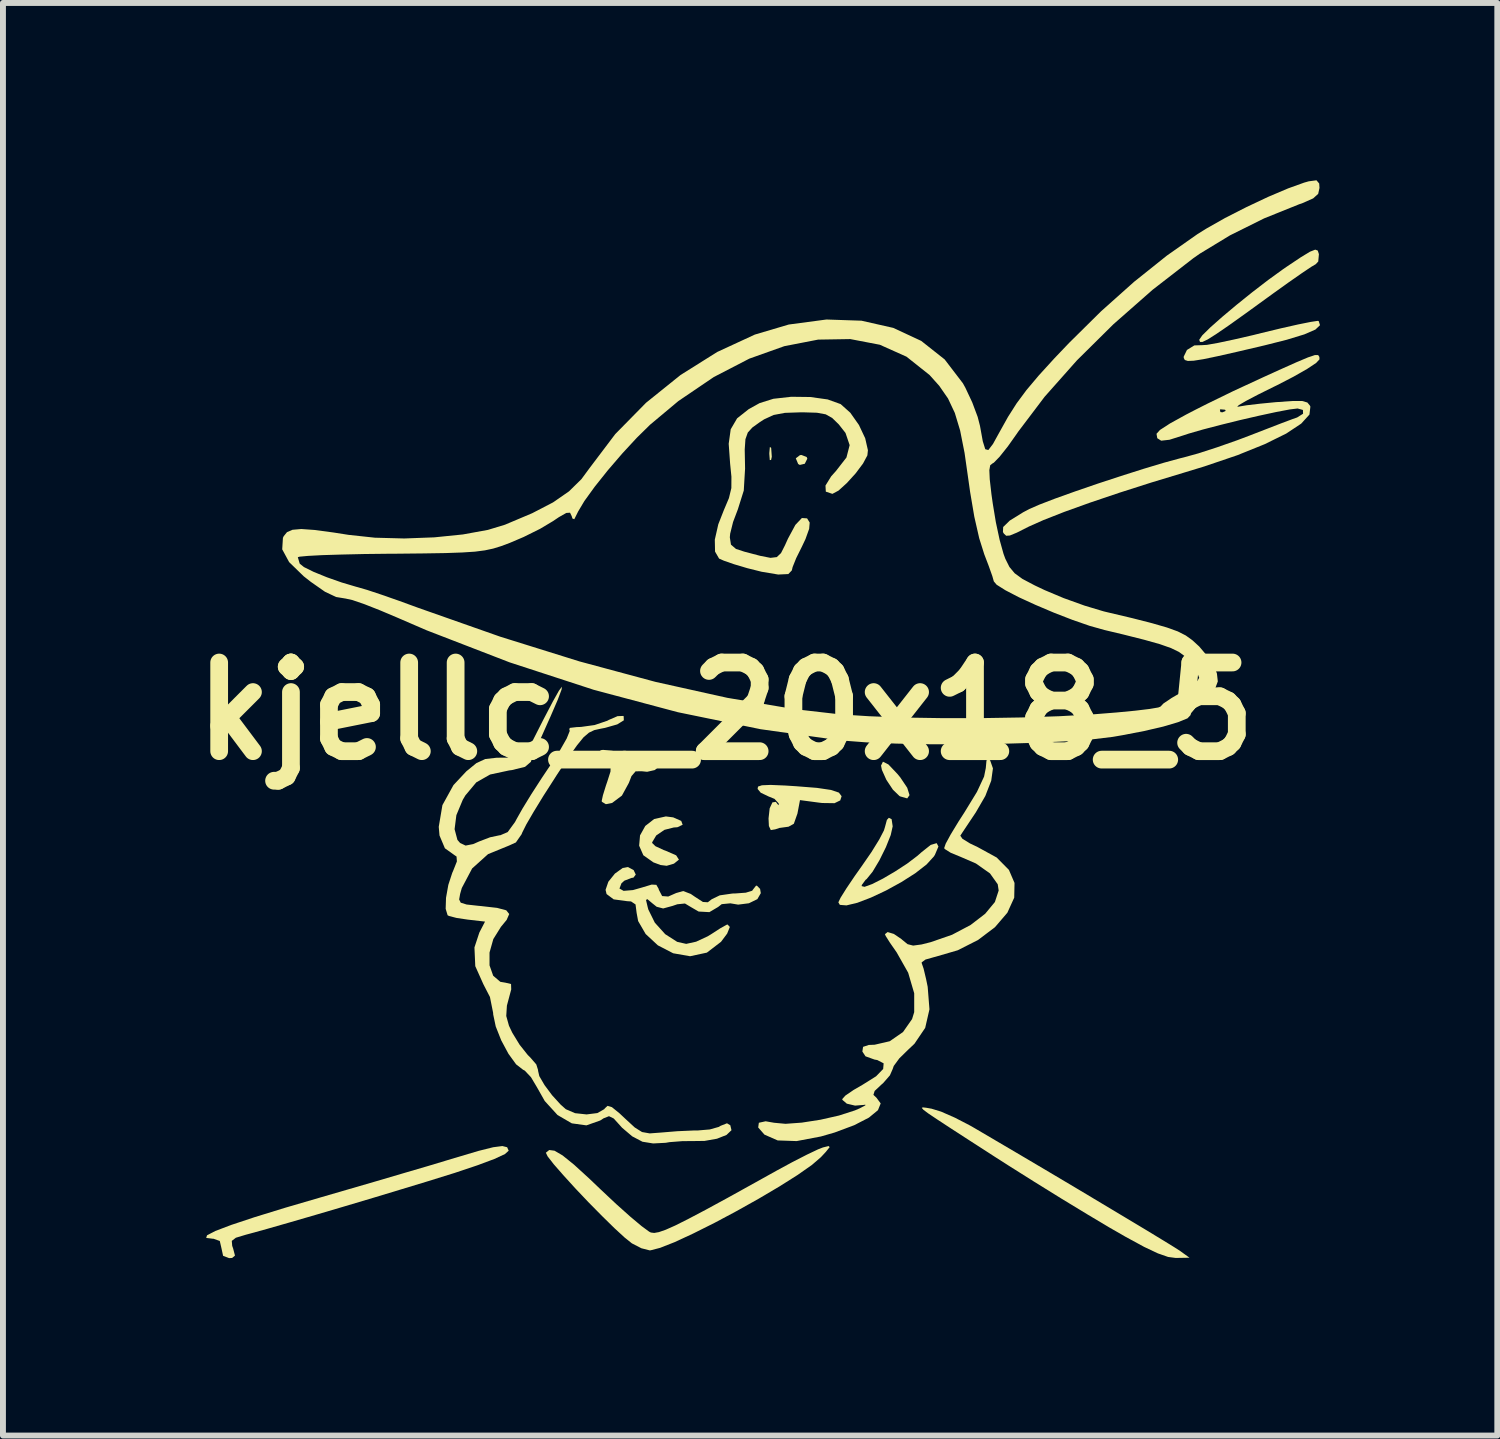
<source format=kicad_pcb>
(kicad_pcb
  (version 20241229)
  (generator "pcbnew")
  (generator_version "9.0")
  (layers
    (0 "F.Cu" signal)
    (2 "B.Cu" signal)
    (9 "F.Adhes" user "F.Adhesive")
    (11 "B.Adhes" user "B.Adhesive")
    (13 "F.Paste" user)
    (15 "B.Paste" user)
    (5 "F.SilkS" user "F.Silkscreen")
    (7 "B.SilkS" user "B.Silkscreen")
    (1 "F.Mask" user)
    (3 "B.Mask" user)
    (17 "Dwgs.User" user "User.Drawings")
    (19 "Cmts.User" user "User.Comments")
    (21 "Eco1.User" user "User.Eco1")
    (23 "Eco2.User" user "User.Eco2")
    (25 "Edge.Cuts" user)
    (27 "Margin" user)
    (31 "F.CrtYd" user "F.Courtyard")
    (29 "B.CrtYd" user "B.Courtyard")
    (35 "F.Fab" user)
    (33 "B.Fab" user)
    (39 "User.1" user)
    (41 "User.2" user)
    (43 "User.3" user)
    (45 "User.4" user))
  (footprint "kjellc__20x18_5"
    (layer "F.Cu")
    (at 9.229 8.979)
    (property "Reference" "kjellc__20x18_5" (at 0 0 0) (layer "F.SilkS") (effects (font (size 1.5 1.5) (thickness 0.3))))
    (attr board_only exclude_from_pos_files exclude_from_bom)
    (fp_poly (pts (xy 0.764 -4.457) (xy 0.767 -4.445) (xy 0.777 -4.302) (xy 0.765 -4.248) (xy 0.743 -4.246) (xy 0.735 -4.349) (xy 0.735 -4.365) (xy 0.744 -4.466)) (stroke (width 0) (type solid)) (fill yes) (layer "F.SilkS"))
    (fp_poly (pts (xy 1.367 -4.298) (xy 1.378 -4.27) (xy 1.335 -4.184) (xy 1.251 -4.164) (xy 1.223 -4.18) (xy 1.183 -4.276) (xy 1.254 -4.33) (xy 1.28 -4.332)) (stroke (width 0) (type solid)) (fill yes) (layer "F.SilkS"))
    (fp_poly (pts (xy 2.75 0.903) (xy 2.902 1.063) (xy 2.95 1.121) (xy 3.068 1.297) (xy 3.107 1.422) (xy 3.068 1.477) (xy 2.951 1.444) (xy 2.937 1.437) (xy 2.826 1.33) (xy 2.715 1.163) (xy 2.639 0.994) (xy 2.625 0.922) (xy 2.657 0.856)) (stroke (width 0) (type solid)) (fill yes) (layer "F.SilkS"))
    (fp_poly (pts (xy -0.891 1.798) (xy -0.755 1.858) (xy -0.731 1.923) (xy -0.821 1.965) (xy -0.881 1.969) (xy -1.039 2.009) (xy -1.178 2.104) (xy -1.246 2.218) (xy -1.247 2.231) (xy -1.191 2.286) (xy -1.053 2.35) (xy -1.017 2.363) (xy -0.841 2.44) (xy -0.794 2.513) (xy -0.877 2.58) (xy -0.891 2.585) (xy -1.001 2.617) (xy -1.105 2.604) (xy -1.226 2.559) (xy -1.396 2.439) (xy -1.467 2.277) (xy -1.452 2.103) (xy -1.363 1.943) (xy -1.213 1.826) (xy -1.015 1.782)) (stroke (width 0) (type solid)) (fill yes) (layer "F.SilkS"))
    (fp_poly (pts (xy 10.028 -6.599) (xy 10.051 -6.528) (xy 9.973 -6.454) (xy 9.787 -6.373) (xy 9.486 -6.281) (xy 9.114 -6.187) (xy 8.662 -6.081) (xy 8.322 -6.004) (xy 8.078 -5.953) (xy 7.914 -5.927) (xy 7.815 -5.923) (xy 7.764 -5.939) (xy 7.746 -5.973) (xy 7.745 -5.996) (xy 7.8 -6.109) (xy 7.925 -6.186) (xy 8.05 -6.19) (xy 8.138 -6.195) (xy 8.328 -6.229) (xy 8.596 -6.286) (xy 8.918 -6.36) (xy 9.062 -6.396) (xy 9.394 -6.476) (xy 9.678 -6.54) (xy 9.891 -6.583) (xy 10.011 -6.601)) (stroke (width 0) (type solid)) (fill yes) (layer "F.SilkS"))
    (fp_poly (pts (xy -1.929 0.671) (xy -1.72 0.707) (xy -1.494 0.757) (xy -1.296 0.808) (xy -1.169 0.853) (xy -1.149 0.865) (xy -1.13 0.937) (xy -1.204 0.998) (xy -1.332 1.027) (xy -1.422 1.018) (xy -1.527 1.019) (xy -1.597 1.101) (xy -1.641 1.215) (xy -1.758 1.429) (xy -1.924 1.554) (xy -2.03 1.575) (xy -2.098 1.534) (xy -2.1 1.518) (xy -2.08 1.425) (xy -2.029 1.26) (xy -2.006 1.193) (xy -1.952 1.024) (xy -1.949 0.939) (xy -2.003 0.897) (xy -2.039 0.885) (xy -2.135 0.816) (xy -2.164 0.725) (xy -2.117 0.662) (xy -2.078 0.656)) (stroke (width 0) (type solid)) (fill yes) (layer "F.SilkS"))
    (fp_poly (pts (xy 10.013 -7.79) (xy 10.032 -7.73) (xy 10.032 -7.728) (xy 10.021 -7.605) (xy 9.979 -7.56) (xy 9.901 -7.514) (xy 9.739 -7.405) (xy 9.514 -7.248) (xy 9.249 -7.058) (xy 9.169 -7) (xy 8.787 -6.723) (xy 8.498 -6.517) (xy 8.289 -6.374) (xy 8.149 -6.286) (xy 8.063 -6.245) (xy 8.021 -6.245) (xy 8.009 -6.276) (xy 8.009 -6.284) (xy 8.06 -6.357) (xy 8.196 -6.491) (xy 8.396 -6.668) (xy 8.639 -6.872) (xy 8.905 -7.086) (xy 9.173 -7.292) (xy 9.423 -7.473) (xy 9.484 -7.515) (xy 9.726 -7.677) (xy 9.881 -7.771) (xy 9.97 -7.806)) (stroke (width 0) (type solid)) (fill yes) (layer "F.SilkS"))
    (fp_poly (pts (xy 1 1.259) (xy 1.187 1.271) (xy 1.541 1.299) (xy 1.778 1.334) (xy 1.912 1.379) (xy 1.958 1.44) (xy 1.935 1.511) (xy 1.838 1.558) (xy 1.629 1.555) (xy 1.57 1.548) (xy 1.254 1.506) (xy 1.211 1.733) (xy 1.15 1.906) (xy 1.06 1.956) (xy 0.905 1.977) (xy 0.837 2) (xy 0.76 2.013) (xy 0.728 1.944) (xy 0.722 1.816) (xy 0.741 1.645) (xy 0.788 1.544) (xy 0.846 1.536) (xy 0.876 1.576) (xy 0.896 1.592) (xy 0.893 1.562) (xy 0.823 1.485) (xy 0.722 1.444) (xy 0.59 1.381) (xy 0.537 1.317) (xy 0.544 1.277) (xy 0.61 1.255) (xy 0.755 1.249)) (stroke (width 0) (type solid)) (fill yes) (layer "F.SilkS"))
    (fp_poly (pts (xy 3.388 6.71) (xy 3.467 6.724) (xy 3.479 6.726) (xy 3.642 6.776) (xy 3.874 6.878) (xy 4.131 7.011) (xy 4.201 7.051) (xy 4.606 7.289) (xy 5.041 7.545) (xy 5.489 7.81) (xy 5.935 8.075) (xy 6.363 8.331) (xy 6.757 8.567) (xy 7.102 8.774) (xy 7.382 8.944) (xy 7.582 9.067) (xy 7.685 9.133) (xy 7.689 9.136) (xy 7.843 9.247) (xy 7.609 9.251) (xy 7.481 9.234) (xy 7.309 9.174) (xy 7.076 9.064) (xy 6.765 8.895) (xy 6.481 8.732) (xy 6.111 8.511) (xy 5.673 8.245) (xy 5.212 7.959) (xy 4.769 7.68) (xy 4.541 7.534) (xy 4.124 7.265) (xy 3.806 7.059) (xy 3.577 6.909) (xy 3.425 6.807) (xy 3.341 6.744) (xy 3.314 6.712) (xy 3.333 6.704)) (stroke (width 0) (type solid)) (fill yes) (layer "F.SilkS"))
    (fp_poly (pts (xy 2.804 1.829) (xy 2.822 1.949) (xy 2.789 2.097) (xy 2.707 2.303) (xy 2.597 2.525) (xy 2.481 2.719) (xy 2.381 2.842) (xy 2.364 2.854) (xy 2.3 2.941) (xy 2.297 2.961) (xy 2.346 2.973) (xy 2.475 2.926) (xy 2.657 2.834) (xy 2.863 2.713) (xy 3.067 2.58) (xy 3.241 2.448) (xy 3.309 2.388) (xy 3.465 2.264) (xy 3.566 2.234) (xy 3.596 2.291) (xy 3.537 2.43) (xy 3.52 2.458) (xy 3.395 2.595) (xy 3.203 2.744) (xy 2.967 2.894) (xy 2.71 3.035) (xy 2.454 3.155) (xy 2.224 3.243) (xy 2.04 3.287) (xy 1.928 3.278) (xy 1.903 3.235) (xy 1.94 3.158) (xy 2.038 3.001) (xy 2.181 2.789) (xy 2.297 2.625) (xy 2.463 2.385) (xy 2.594 2.173) (xy 2.674 2.019) (xy 2.691 1.963) (xy 2.724 1.841) (xy 2.757 1.805)) (stroke (width 0) (type solid)) (fill yes) (layer "F.SilkS"))
    (fp_poly (pts (xy -3.7 7.378) (xy -3.675 7.434) (xy -3.675 7.438) (xy -3.737 7.493) (xy -3.917 7.577) (xy -4.204 7.684) (xy -4.589 7.813) (xy -4.644 7.83) (xy -5.029 7.95) (xy -5.477 8.086) (xy -5.963 8.233) (xy -6.46 8.381) (xy -6.942 8.523) (xy -7.386 8.652) (xy -7.763 8.76) (xy -8.049 8.839) (xy -8.12 8.858) (xy -8.289 8.909) (xy -8.358 8.962) (xy -8.351 9.046) (xy -8.335 9.092) (xy -8.304 9.211) (xy -8.352 9.251) (xy -8.403 9.254) (xy -8.505 9.215) (xy -8.532 9.09) (xy -8.561 8.964) (xy -8.667 8.926) (xy -8.678 8.926) (xy -8.791 8.912) (xy -8.777 8.868) (xy -8.637 8.795) (xy -8.369 8.693) (xy -7.975 8.562) (xy -7.452 8.401) (xy -6.891 8.237) (xy -6.396 8.093) (xy -5.907 7.951) (xy -5.449 7.816) (xy -5.046 7.698) (xy -4.724 7.601) (xy -4.531 7.543) (xy -4.18 7.439) (xy -3.936 7.378) (xy -3.781 7.358)) (stroke (width 0) (type solid)) (fill yes) (layer "F.SilkS"))
    (fp_poly (pts (xy 1.756 7.376) (xy 1.691 7.457) (xy 1.608 7.546) (xy 1.455 7.678) (xy 1.214 7.847) (xy 0.907 8.041) (xy 0.555 8.249) (xy 0.18 8.459) (xy -0.195 8.659) (xy -0.551 8.837) (xy -0.863 8.982) (xy -1.112 9.08) (xy -1.274 9.122) (xy -1.288 9.123) (xy -1.429 9.087) (xy -1.59 9.004) (xy -1.711 8.907) (xy -1.885 8.747) (xy -2.094 8.542) (xy -2.32 8.313) (xy -2.543 8.078) (xy -2.745 7.856) (xy -2.909 7.669) (xy -3.015 7.533) (xy -3.045 7.471) (xy -2.988 7.425) (xy -2.898 7.437) (xy -2.763 7.516) (xy -2.572 7.67) (xy -2.311 7.908) (xy -2.113 8.097) (xy -1.854 8.34) (xy -1.618 8.551) (xy -1.426 8.712) (xy -1.298 8.806) (xy -1.268 8.821) (xy -1.212 8.828) (xy -1.133 8.814) (xy -1.018 8.774) (xy -0.856 8.702) (xy -0.635 8.591) (xy -0.343 8.437) (xy 0.032 8.233) (xy 0.501 7.973) (xy 0.853 7.777) (xy 1.126 7.629) (xy 1.372 7.503) (xy 1.559 7.414) (xy 1.641 7.382) (xy 1.738 7.358)) (stroke (width 0) (type solid)) (fill yes) (layer "F.SilkS"))
    (fp_poly (pts (xy -1.56 2.69) (xy -1.524 2.766) (xy -1.564 2.818) (xy -1.595 2.822) (xy -1.717 2.869) (xy -1.766 2.913) (xy -1.8 3.002) (xy -1.73 3.041) (xy -1.572 3.028) (xy -1.417 2.984) (xy -1.255 2.935) (xy -1.176 2.939) (xy -1.139 3.003) (xy -1.133 3.024) (xy -1.078 3.129) (xy -0.975 3.137) (xy -0.841 3.078) (xy -0.722 3.044) (xy -0.594 3.093) (xy -0.521 3.143) (xy -0.388 3.229) (xy -0.305 3.234) (xy -0.238 3.182) (xy -0.103 3.117) (xy 0.112 3.086) (xy 0.159 3.085) (xy 0.337 3.072) (xy 0.445 3.039) (xy 0.459 3.019) (xy 0.509 2.955) (xy 0.525 2.953) (xy 0.579 3.008) (xy 0.591 3.08) (xy 0.533 3.181) (xy 0.39 3.251) (xy 0.208 3.274) (xy 0.076 3.252) (xy -0.07 3.266) (xy -0.13 3.313) (xy -0.279 3.401) (xy -0.461 3.391) (xy -0.59 3.316) (xy -0.692 3.255) (xy -0.821 3.268) (xy -0.903 3.296) (xy -1.061 3.339) (xy -1.171 3.31) (xy -1.241 3.254) (xy -1.328 3.181) (xy -1.351 3.195) (xy -1.323 3.314) (xy -1.312 3.356) (xy -1.202 3.579) (xy -1.026 3.774) (xy -0.823 3.904) (xy -0.671 3.938) (xy -0.503 3.901) (xy -0.305 3.809) (xy -0.248 3.774) (xy -0.095 3.675) (xy 0.01 3.616) (xy 0.029 3.61) (xy 0.067 3.652) (xy 0.022 3.764) (xy -0.082 3.903) (xy -0.321 4.086) (xy -0.605 4.147) (xy -0.891 4.097) (xy -1.15 3.963) (xy -1.357 3.771) (xy -1.484 3.552) (xy -1.51 3.412) (xy -1.528 3.271) (xy -1.604 3.22) (xy -1.668 3.216) (xy -1.898 3.185) (xy -2.018 3.095) (xy -2.035 3.024) (xy -1.988 2.887) (xy -1.877 2.749) (xy -1.745 2.654) (xy -1.657 2.638)) (stroke (width 0) (type solid)) (fill yes) (layer "F.SilkS"))
    (fp_poly (pts (xy 1.428 -5.313) (xy 1.722 -5.272) (xy 1.939 -5.194) (xy 1.944 -5.191) (xy 2.105 -5.047) (xy 2.251 -4.84) (xy 2.357 -4.615) (xy 2.403 -4.413) (xy 2.394 -4.326) (xy 2.321 -4.189) (xy 2.195 -4.021) (xy 2.046 -3.857) (xy 1.906 -3.73) (xy 1.805 -3.676) (xy 1.801 -3.675) (xy 1.691 -3.712) (xy 1.685 -3.815) (xy 1.782 -3.972) (xy 1.863 -4.062) (xy 2.04 -4.29) (xy 2.094 -4.499) (xy 2.024 -4.705) (xy 1.91 -4.85) (xy 1.798 -4.959) (xy 1.689 -5.02) (xy 1.541 -5.047) (xy 1.311 -5.054) (xy 1.269 -5.054) (xy 0.999 -5.045) (xy 0.808 -5.009) (xy 0.647 -4.935) (xy 0.573 -4.887) (xy 0.448 -4.797) (xy 0.371 -4.712) (xy 0.331 -4.599) (xy 0.319 -4.425) (xy 0.324 -4.159) (xy 0.325 -4.102) (xy 0.303 -3.731) (xy 0.203 -3.413) (xy 0.122 -3.199) (xy 0.073 -3.002) (xy 0.067 -2.94) (xy 0.086 -2.816) (xy 0.171 -2.743) (xy 0.312 -2.697) (xy 0.582 -2.626) (xy 0.755 -2.592) (xy 0.862 -2.605) (xy 0.933 -2.673) (xy 1 -2.805) (xy 1.05 -2.916) (xy 1.176 -3.15) (xy 1.286 -3.266) (xy 1.374 -3.26) (xy 1.418 -3.189) (xy 1.409 -3.083) (xy 1.347 -2.91) (xy 1.285 -2.779) (xy 1.19 -2.588) (xy 1.129 -2.436) (xy 1.116 -2.38) (xy 1.057 -2.318) (xy 0.885 -2.31) (xy 0.605 -2.357) (xy 0.361 -2.418) (xy 0.139 -2.484) (xy -0.036 -2.545) (xy -0.115 -2.58) (xy -0.183 -2.698) (xy -0.187 -2.9) (xy -0.128 -3.16) (xy -0.035 -3.397) (xy 0.052 -3.603) (xy 0.093 -3.773) (xy 0.094 -3.965) (xy 0.072 -4.185) (xy 0.048 -4.522) (xy 0.082 -4.767) (xy 0.19 -4.952) (xy 0.387 -5.108) (xy 0.571 -5.21) (xy 0.804 -5.283) (xy 1.106 -5.317)) (stroke (width 0) (type solid)) (fill yes) (layer "F.SilkS"))
    (fp_poly (pts (xy 10.04 -5.99) (xy 10.042 -5.95) (xy 9.986 -5.89) (xy 9.833 -5.788) (xy 9.605 -5.658) (xy 9.325 -5.513) (xy 9.271 -5.487) (xy 9.001 -5.353) (xy 8.797 -5.246) (xy 8.675 -5.174) (xy 8.65 -5.147) (xy 8.664 -5.149) (xy 8.808 -5.173) (xy 9.037 -5.2) (xy 9.304 -5.226) (xy 9.335 -5.228) (xy 9.594 -5.246) (xy 9.751 -5.245) (xy 9.837 -5.22) (xy 9.88 -5.168) (xy 9.888 -5.15) (xy 9.872 -5.016) (xy 9.733 -4.863) (xy 9.48 -4.695) (xy 9.117 -4.516) (xy 8.654 -4.329) (xy 8.095 -4.139) (xy 7.754 -4.035) (xy 7.199 -3.867) (xy 6.661 -3.695) (xy 6.163 -3.527) (xy 5.726 -3.37) (xy 5.372 -3.231) (xy 5.127 -3.122) (xy 4.923 -3.019) (xy 4.804 -2.97) (xy 4.742 -2.966) (xy 4.703 -3.002) (xy 4.687 -3.029) (xy 4.691 -3.114) (xy 4.803 -3.223) (xy 5.029 -3.363) (xy 5.133 -3.418) (xy 5.302 -3.492) (xy 5.57 -3.595) (xy 5.908 -3.716) (xy 6.289 -3.847) (xy 6.685 -3.977) (xy 7.069 -4.099) (xy 7.412 -4.202) (xy 7.687 -4.277) (xy 7.745 -4.291) (xy 7.991 -4.359) (xy 8.309 -4.462) (xy 8.651 -4.582) (xy 8.86 -4.661) (xy 9.149 -4.773) (xy 9.4 -4.87) (xy 9.584 -4.939) (xy 9.664 -4.967) (xy 9.764 -5.03) (xy 9.762 -5.094) (xy 9.672 -5.119) (xy 9.54 -5.103) (xy 9.313 -5.06) (xy 9.021 -4.997) (xy 8.695 -4.922) (xy 8.368 -4.841) (xy 8.069 -4.763) (xy 7.83 -4.694) (xy 7.742 -4.665) (xy 7.505 -4.59) (xy 7.364 -4.574) (xy 7.298 -4.616) (xy 7.285 -4.691) (xy 7.344 -4.756) (xy 7.514 -4.866) (xy 7.784 -5.015) (xy 7.944 -5.098) (xy 8.357 -5.098) (xy 8.366 -5.058) (xy 8.401 -5.054) (xy 8.455 -5.078) (xy 8.445 -5.098) (xy 8.367 -5.105) (xy 8.357 -5.098) (xy 7.944 -5.098) (xy 8.144 -5.199) (xy 8.583 -5.413) (xy 9.093 -5.649) (xy 9.359 -5.77) (xy 9.652 -5.901) (xy 9.847 -5.983) (xy 9.963 -6.022) (xy 10.02 -6.022)) (stroke (width 0) (type solid)) (fill yes) (layer "F.SilkS"))
    (fp_poly (pts (xy 4.471 0.835) (xy 4.518 0.969) (xy 4.489 1.178) (xy 4.389 1.436) (xy 4.228 1.714) (xy 4.103 1.901) (xy 4.007 2.045) (xy 3.966 2.108) (xy 4.002 2.16) (xy 4.13 2.239) (xy 4.258 2.3) (xy 4.581 2.477) (xy 4.788 2.686) (xy 4.883 2.907) (xy 4.878 3.156) (xy 4.762 3.411) (xy 4.552 3.656) (xy 4.266 3.872) (xy 3.923 4.046) (xy 3.539 4.158) (xy 3.526 4.161) (xy 3.377 4.203) (xy 3.312 4.251) (xy 3.313 4.264) (xy 3.345 4.357) (xy 3.387 4.533) (xy 3.414 4.664) (xy 3.444 5.045) (xy 3.372 5.359) (xy 3.19 5.628) (xy 3.083 5.729) (xy 2.934 5.875) (xy 2.84 6.003) (xy 2.822 6.055) (xy 2.775 6.162) (xy 2.66 6.294) (xy 2.633 6.317) (xy 2.517 6.426) (xy 2.496 6.492) (xy 2.547 6.54) (xy 2.619 6.637) (xy 2.573 6.751) (xy 2.42 6.877) (xy 2.172 7.005) (xy 1.84 7.129) (xy 1.608 7.196) (xy 1.197 7.274) (xy 0.877 7.263) (xy 0.653 7.165) (xy 0.547 7.044) (xy 0.558 6.964) (xy 0.673 6.939) (xy 0.816 6.964) (xy 1.009 6.982) (xy 1.283 6.962) (xy 1.599 6.913) (xy 1.913 6.842) (xy 2.183 6.755) (xy 2.262 6.721) (xy 2.361 6.669) (xy 2.357 6.657) (xy 2.337 6.662) (xy 2.186 6.674) (xy 2.046 6.641) (xy 1.971 6.577) (xy 1.969 6.563) (xy 2.022 6.504) (xy 2.161 6.409) (xy 2.313 6.321) (xy 2.541 6.178) (xy 2.661 6.054) (xy 2.669 5.959) (xy 2.561 5.903) (xy 2.515 5.895) (xy 2.362 5.84) (xy 2.309 5.759) (xy 2.321 5.68) (xy 2.417 5.648) (xy 2.517 5.644) (xy 2.772 5.585) (xy 2.997 5.429) (xy 3.15 5.21) (xy 3.186 5.093) (xy 3.186 4.774) (xy 3.084 4.426) (xy 2.89 4.083) (xy 2.888 4.08) (xy 2.776 3.919) (xy 2.704 3.805) (xy 2.691 3.774) (xy 2.736 3.738) (xy 2.842 3.77) (xy 2.97 3.857) (xy 2.984 3.87) (xy 3.074 3.943) (xy 3.168 3.967) (xy 3.31 3.948) (xy 3.465 3.909) (xy 3.826 3.784) (xy 4.139 3.619) (xy 4.386 3.429) (xy 4.551 3.23) (xy 4.615 3.035) (xy 4.599 2.93) (xy 4.468 2.746) (xy 4.23 2.578) (xy 3.969 2.465) (xy 3.804 2.397) (xy 3.704 2.334) (xy 3.693 2.318) (xy 3.719 2.242) (xy 3.805 2.084) (xy 3.935 1.87) (xy 4.036 1.713) (xy 4.248 1.366) (xy 4.368 1.108) (xy 4.397 0.964) (xy 4.409 0.833) (xy 4.45 0.817)) (stroke (width 0) (type solid)) (fill yes) (layer "F.SilkS"))
    (fp_poly (pts (xy -2.78 -0.362) (xy -2.843 -0.194) (xy -2.966 0.091) (xy -3.011 0.191) (xy -3.126 0.449) (xy -3.223 0.67) (xy -3.286 0.821) (xy -3.3 0.86) (xy -3.397 0.943) (xy -3.62 0.998) (xy -3.667 1.004) (xy -3.988 1.073) (xy -4.222 1.206) (xy -4.407 1.427) (xy -4.451 1.502) (xy -4.559 1.761) (xy -4.589 1.998) (xy -4.541 2.179) (xy -4.496 2.231) (xy -4.403 2.275) (xy -4.275 2.25) (xy -4.175 2.206) (xy -3.989 2.135) (xy -3.829 2.101) (xy -3.815 2.1) (xy -3.691 2.047) (xy -3.567 1.877) (xy -3.537 1.821) (xy -3.44 1.649) (xy -3.291 1.406) (xy -3.112 1.129) (xy -2.984 0.938) (xy -2.809 0.668) (xy -2.692 0.463) (xy -2.641 0.336) (xy -2.649 0.304) (xy -2.638 0.284) (xy -2.526 0.271) (xy -2.45 0.268) (xy -2.22 0.236) (xy -2.007 0.164) (xy -1.979 0.149) (xy -1.833 0.086) (xy -1.736 0.082) (xy -1.729 0.087) (xy -1.726 0.156) (xy -1.837 0.225) (xy -2.044 0.284) (xy -2.122 0.299) (xy -2.226 0.322) (xy -2.316 0.365) (xy -2.408 0.444) (xy -2.518 0.579) (xy -2.664 0.785) (xy -2.861 1.082) (xy -2.897 1.139) (xy -3.087 1.435) (xy -3.251 1.703) (xy -3.376 1.918) (xy -3.446 2.058) (xy -3.456 2.084) (xy -3.552 2.222) (xy -3.666 2.274) (xy -4.023 2.42) (xy -4.292 2.662) (xy -4.467 2.993) (xy -4.495 3.092) (xy -4.512 3.187) (xy -4.485 3.241) (xy -4.386 3.272) (xy -4.188 3.294) (xy -4.144 3.298) (xy -3.87 3.329) (xy -3.715 3.37) (xy -3.665 3.433) (xy -3.708 3.532) (xy -3.805 3.65) (xy -3.934 3.857) (xy -3.998 4.085) (xy -3.998 4.301) (xy -3.936 4.477) (xy -3.815 4.58) (xy -3.731 4.594) (xy -3.634 4.617) (xy -3.631 4.709) (xy -3.64 4.742) (xy -3.704 4.982) (xy -3.715 5.158) (xy -3.669 5.323) (xy -3.613 5.441) (xy -3.489 5.644) (xy -3.351 5.818) (xy -3.31 5.858) (xy -3.207 5.977) (xy -3.176 6.075) (xy -3.178 6.08) (xy -3.156 6.175) (xy -3.068 6.326) (xy -2.939 6.499) (xy -2.795 6.657) (xy -2.707 6.735) (xy -2.551 6.802) (xy -2.356 6.823) (xy -2.173 6.8) (xy -2.056 6.733) (xy -2.049 6.722) (xy -2.002 6.678) (xy -1.928 6.7) (xy -1.803 6.801) (xy -1.706 6.892) (xy -1.541 7.044) (xy -1.418 7.121) (xy -1.288 7.144) (xy -1.1 7.13) (xy -1.088 7.129) (xy -0.821 7.107) (xy -0.551 7.095) (xy -0.47 7.094) (xy -0.271 7.077) (xy -0.119 7.034) (xy -0.09 7.016) (xy 0.019 6.973) (xy 0.075 7.006) (xy 0.095 7.09) (xy 0.011 7.17) (xy -0.15 7.234) (xy -0.36 7.271) (xy -0.497 7.273) (xy -0.736 7.275) (xy -0.954 7.292) (xy -1.017 7.303) (xy -1.23 7.314) (xy -1.411 7.285) (xy -1.584 7.194) (xy -1.756 7.048) (xy -1.782 7.019) (xy -1.897 6.892) (xy -1.977 6.853) (xy -2.069 6.889) (xy -2.126 6.926) (xy -2.359 7.008) (xy -2.606 6.974) (xy -2.848 6.833) (xy -3.064 6.596) (xy -3.197 6.361) (xy -3.297 6.193) (xy -3.402 6.082) (xy -3.431 6.067) (xy -3.548 5.976) (xy -3.678 5.797) (xy -3.8 5.57) (xy -3.893 5.335) (xy -3.936 5.131) (xy -3.937 5.106) (xy -3.991 4.836) (xy -4.102 4.621) (xy -4.239 4.315) (xy -4.253 3.998) (xy -4.17 3.746) (xy -4.074 3.561) (xy -4.37 3.527) (xy -4.557 3.499) (xy -4.683 3.466) (xy -4.707 3.454) (xy -4.74 3.345) (xy -4.734 3.159) (xy -4.695 2.94) (xy -4.628 2.735) (xy -4.616 2.709) (xy -4.55 2.543) (xy -4.556 2.46) (xy -4.582 2.443) (xy -4.753 2.321) (xy -4.844 2.105) (xy -4.857 1.958) (xy -4.795 1.591) (xy -4.608 1.252) (xy -4.39 1.019) (xy -4.22 0.88) (xy -4.07 0.811) (xy -3.877 0.789) (xy -3.774 0.788) (xy -3.414 0.788) (xy -3.089 0.148) (xy -2.929 -0.158) (xy -2.824 -0.345) (xy -2.773 -0.413)) (stroke (width 0) (type solid)) (fill yes) (layer "F.SilkS"))
    (fp_poly (pts (xy 10.037 -8.925) (xy 10.042 -8.85) (xy 10.02 -8.75) (xy 9.935 -8.673) (xy 9.759 -8.595) (xy 9.697 -8.573) (xy 9.106 -8.335) (xy 8.529 -8.048) (xy 8.018 -7.738) (xy 7.909 -7.662) (xy 7.22 -7.128) (xy 6.555 -6.543) (xy 5.938 -5.932) (xy 5.393 -5.318) (xy 4.945 -4.726) (xy 4.924 -4.695) (xy 4.769 -4.476) (xy 4.631 -4.303) (xy 4.534 -4.203) (xy 4.51 -4.189) (xy 4.472 -4.159) (xy 4.457 -4.076) (xy 4.464 -3.92) (xy 4.493 -3.666) (xy 4.515 -3.511) (xy 4.567 -3.196) (xy 4.631 -2.897) (xy 4.697 -2.66) (xy 4.727 -2.578) (xy 4.797 -2.438) (xy 4.885 -2.332) (xy 5.018 -2.235) (xy 5.227 -2.125) (xy 5.394 -2.046) (xy 5.715 -1.911) (xy 6.068 -1.784) (xy 6.384 -1.689) (xy 6.432 -1.677) (xy 6.876 -1.572) (xy 7.212 -1.486) (xy 7.461 -1.414) (xy 7.644 -1.348) (xy 7.78 -1.279) (xy 7.89 -1.2) (xy 7.995 -1.104) (xy 8.007 -1.093) (xy 8.162 -0.91) (xy 8.276 -0.722) (xy 8.307 -0.635) (xy 8.322 -0.502) (xy 8.282 -0.394) (xy 8.166 -0.269) (xy 8.098 -0.209) (xy 7.956 -0.073) (xy 7.871 0.034) (xy 7.859 0.07) (xy 7.809 0.123) (xy 7.649 0.188) (xy 7.399 0.262) (xy 7.077 0.337) (xy 6.703 0.409) (xy 6.546 0.436) (xy 6.199 0.478) (xy 5.748 0.512) (xy 5.221 0.537) (xy 4.643 0.554) (xy 4.043 0.562) (xy 3.447 0.561) (xy 2.882 0.55) (xy 2.375 0.529) (xy 1.954 0.497) (xy 1.927 0.495) (xy 0.584 0.306) (xy -0.812 0.019) (xy -2.235 -0.36) (xy -3.66 -0.825) (xy -5.063 -1.367) (xy -5.551 -1.578) (xy -5.849 -1.704) (xy -6.113 -1.808) (xy -6.317 -1.878) (xy -6.43 -1.903) (xy -6.594 -1.93) (xy -6.782 -2.019) (xy -7.021 -2.186) (xy -7.142 -2.281) (xy -7.388 -2.52) (xy -7.433 -2.603) (xy -7.241 -2.603) (xy -7.211 -2.501) (xy -7.208 -2.493) (xy -7.137 -2.436) (xy -6.973 -2.355) (xy -6.75 -2.264) (xy -6.5 -2.176) (xy -6.258 -2.104) (xy -6.224 -2.095) (xy -6.069 -2.05) (xy -5.825 -1.969) (xy -5.525 -1.864) (xy -5.207 -1.748) (xy -3.818 -1.259) (xy -2.475 -0.84) (xy -1.19 -0.494) (xy 0.026 -0.224) (xy 1.162 -0.033) (xy 1.937 0.056) (xy 2.42 0.087) (xy 3 0.109) (xy 3.645 0.119) (xy 4.322 0.119) (xy 4.997 0.108) (xy 5.638 0.087) (xy 6.211 0.055) (xy 6.252 0.052) (xy 6.615 0.023) (xy 6.927 -0.007) (xy 7.167 -0.036) (xy 7.315 -0.061) (xy 7.351 -0.075) (xy 7.404 -0.13) (xy 7.541 -0.222) (xy 7.679 -0.302) (xy 7.858 -0.413) (xy 7.977 -0.512) (xy 8.007 -0.563) (xy 7.968 -0.663) (xy 7.87 -0.808) (xy 7.839 -0.846) (xy 7.759 -0.931) (xy 7.662 -1.002) (xy 7.53 -1.066) (xy 7.342 -1.132) (xy 7.079 -1.206) (xy 6.722 -1.296) (xy 6.403 -1.372) (xy 6.154 -1.442) (xy 5.86 -1.544) (xy 5.546 -1.666) (xy 5.237 -1.797) (xy 4.956 -1.926) (xy 4.729 -2.044) (xy 4.58 -2.138) (xy 4.533 -2.194) (xy 4.508 -2.282) (xy 4.447 -2.454) (xy 4.371 -2.653) (xy 4.286 -2.923) (xy 4.203 -3.287) (xy 4.132 -3.706) (xy 4.107 -3.883) (xy 4.038 -4.367) (xy 3.963 -4.746) (xy 3.873 -5.044) (xy 3.758 -5.288) (xy 3.609 -5.503) (xy 3.446 -5.685) (xy 3.056 -5.995) (xy 2.605 -6.197) (xy 2.104 -6.293) (xy 1.561 -6.284) (xy 0.989 -6.173) (xy 0.397 -5.962) (xy -0.204 -5.651) (xy -0.804 -5.244) (xy -1.281 -4.845) (xy -1.506 -4.624) (xy -1.752 -4.358) (xy -1.997 -4.073) (xy -2.218 -3.796) (xy -2.393 -3.554) (xy -2.501 -3.373) (xy -2.511 -3.352) (xy -2.564 -3.246) (xy -2.595 -3.257) (xy -2.608 -3.298) (xy -2.636 -3.356) (xy -2.699 -3.352) (xy -2.824 -3.281) (xy -2.925 -3.213) (xy -3.143 -3.083) (xy -3.421 -2.945) (xy -3.658 -2.844) (xy -3.803 -2.79) (xy -3.936 -2.749) (xy -4.076 -2.719) (xy -4.244 -2.697) (xy -4.46 -2.683) (xy -4.744 -2.673) (xy -5.116 -2.667) (xy -5.597 -2.662) (xy -5.677 -2.662) (xy -6.116 -2.657) (xy -6.506 -2.648) (xy -6.831 -2.638) (xy -7.072 -2.625) (xy -7.212 -2.612) (xy -7.241 -2.603) (xy -7.433 -2.603) (xy -7.505 -2.736) (xy -7.493 -2.93) (xy -7.48 -2.958) (xy -7.424 -3.027) (xy -7.331 -3.067) (xy -7.183 -3.08) (xy -6.958 -3.064) (xy -6.637 -3.021) (xy -6.382 -2.981) (xy -5.936 -2.933) (xy -5.44 -2.92) (xy -4.932 -2.939) (xy -4.449 -2.988) (xy -4.026 -3.065) (xy -3.736 -3.153) (xy -3.277 -3.347) (xy -2.924 -3.53) (xy -2.654 -3.717) (xy -2.444 -3.923) (xy -2.307 -4.109) (xy -1.871 -4.686) (xy -1.35 -5.216) (xy -0.767 -5.685) (xy -0.146 -6.075) (xy 0.49 -6.369) (xy 1.063 -6.539) (xy 1.701 -6.624) (xy 2.294 -6.604) (xy 2.833 -6.482) (xy 3.305 -6.262) (xy 3.701 -5.949) (xy 4.01 -5.545) (xy 4.052 -5.469) (xy 4.168 -5.222) (xy 4.26 -4.976) (xy 4.299 -4.824) (xy 4.346 -4.565) (xy 4.388 -4.43) (xy 4.44 -4.416) (xy 4.518 -4.518) (xy 4.629 -4.719) (xy 4.773 -4.977) (xy 4.918 -5.205) (xy 5.084 -5.429) (xy 5.291 -5.675) (xy 5.558 -5.968) (xy 5.807 -6.229) (xy 6.347 -6.763) (xy 6.907 -7.263) (xy 7.46 -7.705) (xy 7.977 -8.068) (xy 8.121 -8.158) (xy 8.444 -8.341) (xy 8.807 -8.526) (xy 9.174 -8.699) (xy 9.511 -8.842) (xy 9.783 -8.94) (xy 9.861 -8.962) (xy 9.991 -8.979)) (stroke (width 0) (type solid)) (fill yes) (layer "F.SilkS")))
  (gr_rect
    (start -3 -3)
    (end 22.279 21.234)
    (stroke (width 0.1) (type default))
    (fill no)
    (layer "Edge.Cuts")))
</source>
